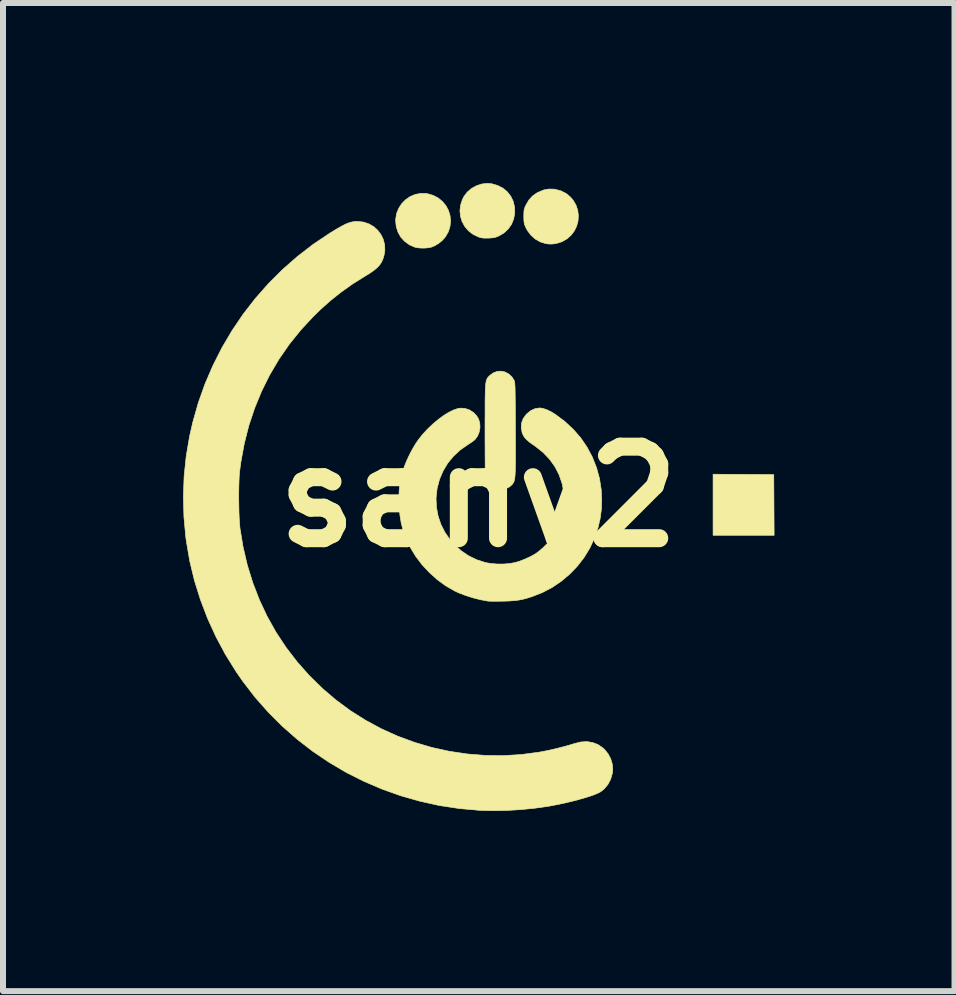
<source format=kicad_pcb>
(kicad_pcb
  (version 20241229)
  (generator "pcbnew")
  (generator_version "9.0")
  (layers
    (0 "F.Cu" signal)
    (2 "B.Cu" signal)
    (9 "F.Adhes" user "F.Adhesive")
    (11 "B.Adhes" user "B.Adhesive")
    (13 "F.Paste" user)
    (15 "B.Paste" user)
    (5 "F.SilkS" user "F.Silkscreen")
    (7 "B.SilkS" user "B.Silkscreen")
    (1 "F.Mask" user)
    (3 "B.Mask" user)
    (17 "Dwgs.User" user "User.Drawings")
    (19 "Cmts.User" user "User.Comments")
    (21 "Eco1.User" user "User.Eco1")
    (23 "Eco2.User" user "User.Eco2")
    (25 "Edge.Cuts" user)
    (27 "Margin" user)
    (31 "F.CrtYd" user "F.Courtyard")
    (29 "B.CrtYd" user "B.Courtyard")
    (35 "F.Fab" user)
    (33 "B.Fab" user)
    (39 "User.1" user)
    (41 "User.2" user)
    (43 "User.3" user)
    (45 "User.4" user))
  (footprint "sanv2"
    (layer "F.Cu")
    (at 4.92 5.226)
    (property "Reference" "sanv2" (at 0 0 0) (layer "F.SilkS") (effects (font (size 1.524 1.524) (thickness 0.3))))
    (attr through_hole)
    (fp_poly (pts (xy 4.92 -0.37) (xy 4.923 0.135) (xy 4.926 0.641) (xy 3.909 0.641) (xy 3.909 -0.376) (xy 4.92 -0.37)) (stroke (width 0.01) (type solid)) (fill yes) (layer "F.SilkS"))
    (fp_poly (pts (xy -0.874 -5.053) (xy -0.848 -5.049) (xy -0.753 -5.021) (xy -0.669 -4.977) (xy -0.598 -4.918) (xy -0.541 -4.849) (xy -0.499 -4.77) (xy -0.473 -4.685) (xy -0.464 -4.595) (xy -0.473 -4.505) (xy -0.501 -4.415) (xy -0.55 -4.33) (xy -0.552 -4.327) (xy -0.603 -4.27) (xy -0.667 -4.218) (xy -0.738 -4.177) (xy -0.787 -4.158) (xy -0.839 -4.148) (xy -0.901 -4.143) (xy -0.966 -4.144) (xy -1.024 -4.15) (xy -1.055 -4.157) (xy -1.148 -4.197) (xy -1.227 -4.254) (xy -1.292 -4.324) (xy -1.339 -4.407) (xy -1.369 -4.499) (xy -1.379 -4.599) (xy -1.378 -4.626) (xy -1.363 -4.72) (xy -1.328 -4.806) (xy -1.278 -4.883) (xy -1.214 -4.948) (xy -1.14 -5) (xy -1.056 -5.036) (xy -0.967 -5.054) (xy -0.874 -5.053)) (stroke (width 0.01) (type solid)) (fill yes) (layer "F.SilkS"))
    (fp_poly (pts (xy 0.221 -5.215) (xy 0.321 -5.186) (xy 0.408 -5.141) (xy 0.482 -5.08) (xy 0.539 -5.006) (xy 0.58 -4.921) (xy 0.602 -4.826) (xy 0.605 -4.73) (xy 0.588 -4.631) (xy 0.552 -4.541) (xy 0.497 -4.462) (xy 0.426 -4.396) (xy 0.345 -4.348) (xy 0.305 -4.331) (xy 0.27 -4.32) (xy 0.231 -4.314) (xy 0.181 -4.31) (xy 0.166 -4.31) (xy 0.108 -4.309) (xy 0.064 -4.312) (xy 0.027 -4.32) (xy 0.001 -4.329) (xy -0.091 -4.373) (xy -0.167 -4.432) (xy -0.228 -4.504) (xy -0.272 -4.585) (xy -0.299 -4.673) (xy -0.308 -4.765) (xy -0.297 -4.86) (xy -0.266 -4.954) (xy -0.239 -5.006) (xy -0.186 -5.076) (xy -0.117 -5.135) (xy -0.036 -5.18) (xy 0.051 -5.21) (xy 0.141 -5.221) (xy 0.221 -5.215)) (stroke (width 0.01) (type solid)) (fill yes) (layer "F.SilkS"))
    (fp_poly (pts (xy 1.259 -5.125) (xy 1.273 -5.123) (xy 1.373 -5.097) (xy 1.459 -5.054) (xy 1.533 -4.993) (xy 1.576 -4.943) (xy 1.625 -4.86) (xy 1.655 -4.771) (xy 1.665 -4.681) (xy 1.659 -4.592) (xy 1.635 -4.506) (xy 1.596 -4.426) (xy 1.541 -4.355) (xy 1.473 -4.296) (xy 1.393 -4.25) (xy 1.314 -4.225) (xy 1.253 -4.213) (xy 1.201 -4.21) (xy 1.149 -4.214) (xy 1.115 -4.22) (xy 1.027 -4.248) (xy 0.945 -4.295) (xy 0.874 -4.359) (xy 0.815 -4.438) (xy 0.792 -4.481) (xy 0.776 -4.517) (xy 0.765 -4.546) (xy 0.76 -4.577) (xy 0.757 -4.616) (xy 0.756 -4.669) (xy 0.756 -4.671) (xy 0.757 -4.726) (xy 0.759 -4.764) (xy 0.765 -4.795) (xy 0.775 -4.824) (xy 0.791 -4.859) (xy 0.791 -4.859) (xy 0.84 -4.943) (xy 0.899 -5.009) (xy 0.972 -5.061) (xy 0.997 -5.074) (xy 1.087 -5.111) (xy 1.173 -5.127) (xy 1.259 -5.125)) (stroke (width 0.01) (type solid)) (fill yes) (layer "F.SilkS"))
    (fp_poly (pts (xy 0.444 -2.079) (xy 0.504 -2.047) (xy 0.556 -1.999) (xy 0.589 -1.95) (xy 0.593 -1.941) (xy 0.598 -1.932) (xy 0.601 -1.92) (xy 0.604 -1.905) (xy 0.606 -1.885) (xy 0.608 -1.858) (xy 0.61 -1.822) (xy 0.611 -1.777) (xy 0.612 -1.719) (xy 0.613 -1.649) (xy 0.614 -1.563) (xy 0.615 -1.461) (xy 0.615 -1.341) (xy 0.616 -1.201) (xy 0.616 -1.128) (xy 0.617 -0.971) (xy 0.617 -0.834) (xy 0.617 -0.716) (xy 0.617 -0.616) (xy 0.616 -0.531) (xy 0.615 -0.461) (xy 0.613 -0.403) (xy 0.61 -0.356) (xy 0.606 -0.319) (xy 0.602 -0.29) (xy 0.596 -0.267) (xy 0.59 -0.248) (xy 0.582 -0.233) (xy 0.573 -0.219) (xy 0.563 -0.206) (xy 0.521 -0.168) (xy 0.466 -0.138) (xy 0.405 -0.119) (xy 0.345 -0.113) (xy 0.298 -0.12) (xy 0.229 -0.152) (xy 0.176 -0.196) (xy 0.14 -0.254) (xy 0.127 -0.29) (xy 0.124 -0.303) (xy 0.121 -0.322) (xy 0.119 -0.346) (xy 0.117 -0.379) (xy 0.115 -0.42) (xy 0.113 -0.473) (xy 0.112 -0.538) (xy 0.112 -0.617) (xy 0.111 -0.712) (xy 0.111 -0.824) (xy 0.11 -0.955) (xy 0.11 -1.106) (xy 0.11 -1.11) (xy 0.11 -1.265) (xy 0.111 -1.4) (xy 0.111 -1.516) (xy 0.111 -1.615) (xy 0.113 -1.698) (xy 0.114 -1.767) (xy 0.117 -1.823) (xy 0.121 -1.869) (xy 0.125 -1.905) (xy 0.131 -1.933) (xy 0.138 -1.955) (xy 0.147 -1.973) (xy 0.157 -1.988) (xy 0.169 -2.001) (xy 0.183 -2.015) (xy 0.191 -2.023) (xy 0.249 -2.065) (xy 0.313 -2.089) (xy 0.379 -2.093) (xy 0.444 -2.079)) (stroke (width 0.01) (type solid)) (fill yes) (layer "F.SilkS"))
    (fp_poly (pts (xy -1.913 -4.576) (xy -1.824 -4.546) (xy -1.744 -4.5) (xy -1.677 -4.439) (xy -1.623 -4.367) (xy -1.584 -4.285) (xy -1.562 -4.195) (xy -1.559 -4.101) (xy -1.573 -4.02) (xy -1.591 -3.961) (xy -1.614 -3.91) (xy -1.644 -3.864) (xy -1.684 -3.82) (xy -1.736 -3.776) (xy -1.804 -3.728) (xy -1.889 -3.675) (xy -1.9 -3.669) (xy -2.102 -3.542) (xy -2.287 -3.41) (xy -2.463 -3.27) (xy -2.636 -3.116) (xy -2.75 -3.005) (xy -2.959 -2.779) (xy -3.151 -2.541) (xy -3.323 -2.292) (xy -3.477 -2.031) (xy -3.612 -1.759) (xy -3.728 -1.477) (xy -3.825 -1.186) (xy -3.901 -0.885) (xy -3.958 -0.575) (xy -3.978 -0.425) (xy -3.984 -0.359) (xy -3.988 -0.274) (xy -3.991 -0.177) (xy -3.993 -0.07) (xy -3.993 0.041) (xy -3.991 0.153) (xy -3.989 0.26) (xy -3.985 0.36) (xy -3.979 0.447) (xy -3.973 0.516) (xy -3.972 0.525) (xy -3.921 0.835) (xy -3.85 1.138) (xy -3.759 1.432) (xy -3.649 1.717) (xy -3.52 1.992) (xy -3.372 2.256) (xy -3.205 2.509) (xy -3.02 2.75) (xy -2.818 2.978) (xy -2.599 3.193) (xy -2.374 3.385) (xy -2.133 3.563) (xy -1.88 3.723) (xy -1.616 3.865) (xy -1.344 3.988) (xy -1.063 4.091) (xy -0.776 4.176) (xy -0.484 4.24) (xy -0.188 4.284) (xy 0.11 4.308) (xy 0.41 4.312) (xy 0.709 4.294) (xy 1.008 4.255) (xy 1.093 4.239) (xy 1.168 4.224) (xy 1.252 4.205) (xy 1.341 4.183) (xy 1.427 4.161) (xy 1.507 4.139) (xy 1.572 4.119) (xy 1.595 4.112) (xy 1.702 4.085) (xy 1.805 4.078) (xy 1.901 4.093) (xy 1.991 4.127) (xy 2.072 4.183) (xy 2.104 4.212) (xy 2.162 4.285) (xy 2.205 4.368) (xy 2.231 4.457) (xy 2.238 4.547) (xy 2.231 4.607) (xy 2.202 4.707) (xy 2.155 4.795) (xy 2.092 4.869) (xy 2.035 4.914) (xy 1.993 4.936) (xy 1.932 4.962) (xy 1.855 4.989) (xy 1.764 5.017) (xy 1.663 5.046) (xy 1.554 5.074) (xy 1.44 5.101) (xy 1.324 5.126) (xy 1.209 5.148) (xy 1.159 5.157) (xy 0.938 5.188) (xy 0.708 5.211) (xy 0.474 5.225) (xy 0.246 5.229) (xy 0.029 5.224) (xy 0.017 5.223) (xy -0.32 5.193) (xy -0.651 5.143) (xy -0.976 5.071) (xy -1.295 4.98) (xy -1.607 4.869) (xy -1.91 4.739) (xy -2.204 4.591) (xy -2.487 4.424) (xy -2.76 4.24) (xy -3.02 4.039) (xy -3.268 3.821) (xy -3.502 3.587) (xy -3.722 3.338) (xy -3.925 3.074) (xy -4.035 2.915) (xy -4.213 2.629) (xy -4.372 2.332) (xy -4.512 2.026) (xy -4.631 1.714) (xy -4.731 1.395) (xy -4.809 1.071) (xy -4.865 0.744) (xy -4.875 0.674) (xy -4.906 0.334) (xy -4.915 -0.004) (xy -4.903 -0.341) (xy -4.868 -0.677) (xy -4.811 -1.011) (xy -4.759 -1.24) (xy -4.667 -1.564) (xy -4.555 -1.88) (xy -4.423 -2.186) (xy -4.273 -2.483) (xy -4.104 -2.769) (xy -3.919 -3.043) (xy -3.716 -3.304) (xy -3.497 -3.553) (xy -3.263 -3.786) (xy -3.013 -4.005) (xy -2.75 -4.208) (xy -2.472 -4.394) (xy -2.347 -4.47) (xy -2.27 -4.513) (xy -2.207 -4.545) (xy -2.153 -4.566) (xy -2.103 -4.579) (xy -2.053 -4.586) (xy -2.01 -4.587) (xy -1.913 -4.576)) (stroke (width 0.01) (type solid)) (fill yes) (layer "F.SilkS"))
    (fp_poly (pts (xy 1.077 -1.472) (xy 1.143 -1.449) (xy 1.216 -1.413) (xy 1.281 -1.373) (xy 1.438 -1.256) (xy 1.579 -1.125) (xy 1.704 -0.982) (xy 1.81 -0.826) (xy 1.898 -0.661) (xy 1.967 -0.486) (xy 2.017 -0.304) (xy 2.046 -0.115) (xy 2.054 0.054) (xy 2.048 0.212) (xy 2.028 0.361) (xy 1.994 0.508) (xy 1.944 0.66) (xy 1.932 0.69) (xy 1.856 0.854) (xy 1.761 1.01) (xy 1.649 1.155) (xy 1.522 1.287) (xy 1.381 1.406) (xy 1.228 1.51) (xy 1.065 1.595) (xy 0.9 1.66) (xy 0.816 1.687) (xy 0.741 1.707) (xy 0.669 1.721) (xy 0.594 1.73) (xy 0.509 1.736) (xy 0.41 1.739) (xy 0.403 1.739) (xy 0.335 1.74) (xy 0.272 1.74) (xy 0.22 1.74) (xy 0.181 1.739) (xy 0.16 1.738) (xy 0.037 1.715) (xy -0.091 1.683) (xy -0.216 1.643) (xy -0.332 1.599) (xy -0.397 1.568) (xy -0.545 1.483) (xy -0.687 1.379) (xy -0.82 1.259) (xy -0.942 1.128) (xy -1.048 0.987) (xy -1.136 0.841) (xy -1.148 0.818) (xy -1.207 0.689) (xy -1.253 0.564) (xy -1.286 0.438) (xy -1.308 0.304) (xy -1.32 0.158) (xy -1.322 0.103) (xy -1.324 -0.01) (xy -1.32 -0.109) (xy -1.311 -0.199) (xy -1.295 -0.289) (xy -1.272 -0.384) (xy -1.258 -0.435) (xy -1.229 -0.518) (xy -1.19 -0.612) (xy -1.144 -0.71) (xy -1.093 -0.805) (xy -1.041 -0.891) (xy -0.997 -0.955) (xy -0.924 -1.046) (xy -0.843 -1.133) (xy -0.757 -1.214) (xy -0.669 -1.288) (xy -0.581 -1.353) (xy -0.496 -1.406) (xy -0.416 -1.445) (xy -0.344 -1.47) (xy -0.3 -1.477) (xy -0.224 -1.472) (xy -0.151 -1.448) (xy -0.085 -1.406) (xy -0.031 -1.351) (xy 0.003 -1.294) (xy 0.023 -1.226) (xy 0.026 -1.152) (xy 0.013 -1.079) (xy -0.014 -1.012) (xy -0.055 -0.956) (xy -0.059 -0.952) (xy -0.086 -0.93) (xy -0.124 -0.903) (xy -0.166 -0.875) (xy -0.171 -0.872) (xy -0.301 -0.782) (xy -0.415 -0.677) (xy -0.511 -0.56) (xy -0.588 -0.432) (xy -0.648 -0.292) (xy -0.687 -0.143) (xy -0.69 -0.125) (xy -0.706 0.026) (xy -0.699 0.175) (xy -0.672 0.32) (xy -0.625 0.46) (xy -0.557 0.594) (xy -0.47 0.719) (xy -0.404 0.793) (xy -0.29 0.897) (xy -0.167 0.981) (xy -0.033 1.047) (xy 0.113 1.094) (xy 0.118 1.096) (xy 0.212 1.112) (xy 0.317 1.12) (xy 0.426 1.12) (xy 0.531 1.11) (xy 0.612 1.095) (xy 0.686 1.073) (xy 0.768 1.041) (xy 0.85 1.004) (xy 0.923 0.966) (xy 0.967 0.938) (xy 1.02 0.897) (xy 1.08 0.845) (xy 1.139 0.786) (xy 1.193 0.728) (xy 1.222 0.691) (xy 1.297 0.575) (xy 1.357 0.447) (xy 1.4 0.31) (xy 1.425 0.169) (xy 1.432 0.029) (xy 1.425 -0.066) (xy 1.394 -0.221) (xy 1.344 -0.366) (xy 1.274 -0.502) (xy 1.185 -0.626) (xy 1.078 -0.738) (xy 0.953 -0.838) (xy 0.926 -0.857) (xy 0.853 -0.908) (xy 0.799 -0.955) (xy 0.761 -1) (xy 0.736 -1.046) (xy 0.728 -1.069) (xy 0.713 -1.154) (xy 0.719 -1.231) (xy 0.746 -1.303) (xy 0.795 -1.37) (xy 0.806 -1.382) (xy 0.873 -1.436) (xy 0.944 -1.469) (xy 1.021 -1.48) (xy 1.024 -1.48) (xy 1.077 -1.472)) (stroke (width 0.01) (type solid)) (fill yes) (layer "F.SilkS")))
  (gr_rect
    (start -3 -3)
    (end 12.851 13.461)
    (stroke (width 0.1) (type default))
    (fill no)
    (layer "Edge.Cuts")))
</source>
